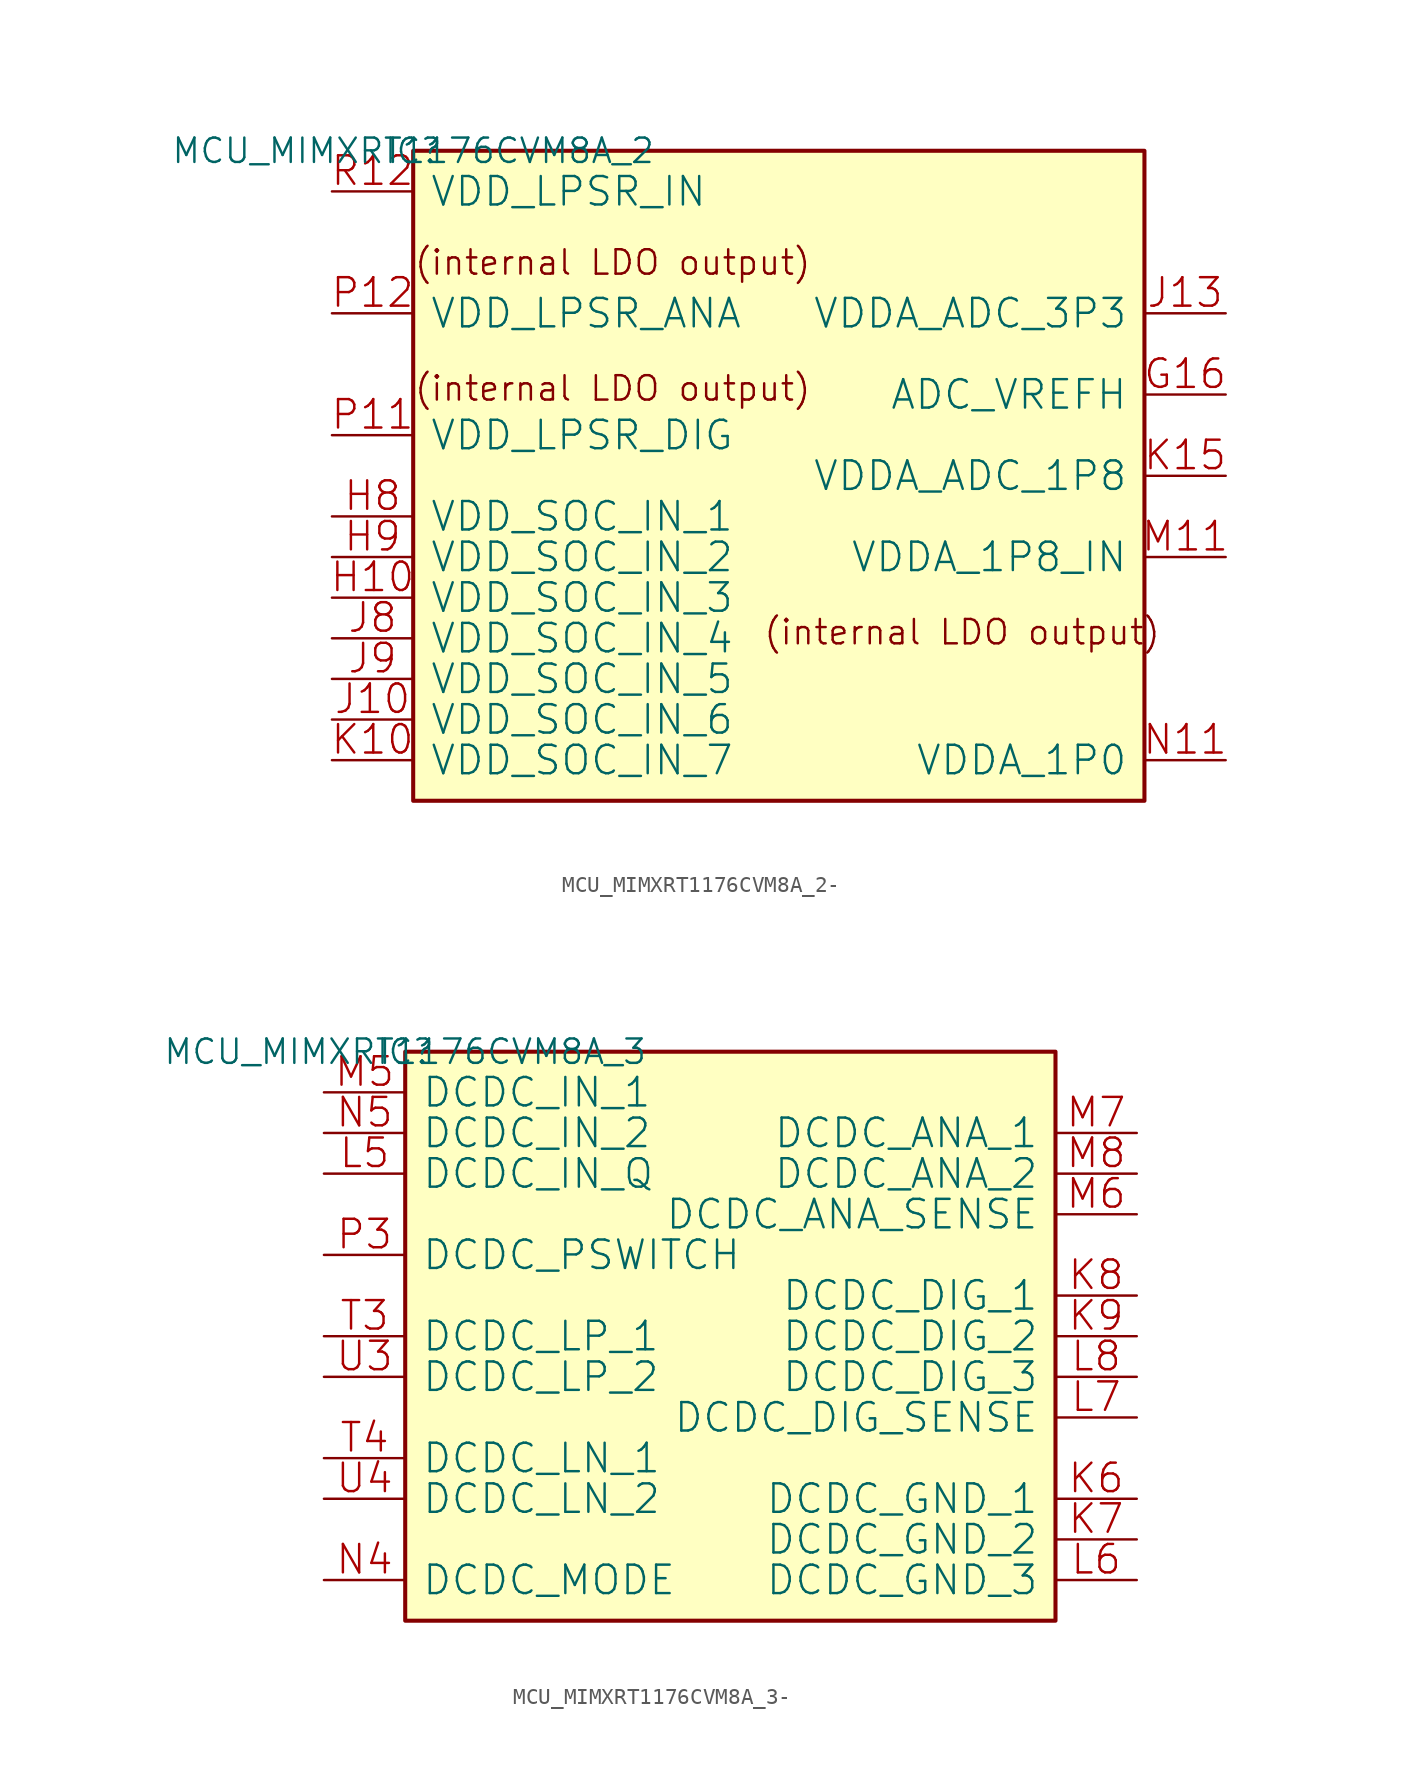
<source format=kicad_sym>
(kicad_symbol_lib
  (version 20231120)
  (generator "kicad_symbol_editor")
  (generator_version "8.0")
  (symbol "MCU_MIMXRT1176CVM8A_2-"
    (pin_names
      (offset 1.016))
    (property "Reference" "IC"
      (at 0 0 0)
      (effects (font (size 1.524 1.524))))
    (property "Value" "MCU_MIMXRT1176CVM8A_2"
      (at 0 0 0)
      (effects (font (size 1.524 1.524))))
    (property "Footprint" ""
      (at 0 0 0)
      (effects (font (size 1.524 1.524))))
    (property "Datasheet" ""
      (at 0 0 0)
      (effects (font (size 1.524 1.524))))
    (symbol "MCU_MIMXRT1176CVM8A_2-_0_1"
      (rectangle (start 0 -40.64) (end 45.72 0) (stroke (width 0.254) (type solid)) (fill (type background)))
      (pin passive line (at 50.8 -15.24 180) (length 5.08) (name "ADC_VREFH" (effects (font (size 1.778 1.778)))) (number "G16" (effects (font (size 1.778 1.778)))))
      (pin passive line (at -5.08 -27.94 0) (length 5.08) (name "VDD_SOC_IN_3" (effects (font (size 1.778 1.778)))) (number "H10" (effects (font (size 1.778 1.778)))))
      (pin passive line (at -5.08 -22.86 0) (length 5.08) (name "VDD_SOC_IN_1" (effects (font (size 1.778 1.778)))) (number "H8" (effects (font (size 1.778 1.778)))))
      (pin passive line (at -5.08 -25.4 0) (length 5.08) (name "VDD_SOC_IN_2" (effects (font (size 1.778 1.778)))) (number "H9" (effects (font (size 1.778 1.778)))))
      (pin passive line (at -5.08 -35.56 0) (length 5.08) (name "VDD_SOC_IN_6" (effects (font (size 1.778 1.778)))) (number "J10" (effects (font (size 1.778 1.778)))))
      (pin power_in line (at 50.8 -10.16 180) (length 5.08) (name "VDDA_ADC_3P3" (effects (font (size 1.778 1.778)))) (number "J13" (effects (font (size 1.778 1.778)))))
      (pin passive line (at -5.08 -30.48 0) (length 5.08) (name "VDD_SOC_IN_4" (effects (font (size 1.778 1.778)))) (number "J8" (effects (font (size 1.778 1.778)))))
      (pin passive line (at -5.08 -33.02 0) (length 5.08) (name "VDD_SOC_IN_5" (effects (font (size 1.778 1.778)))) (number "J9" (effects (font (size 1.778 1.778)))))
      (pin passive line (at -5.08 -38.1 0) (length 5.08) (name "VDD_SOC_IN_7" (effects (font (size 1.778 1.778)))) (number "K10" (effects (font (size 1.778 1.778)))))
      (pin power_in line (at 50.8 -20.32 180) (length 5.08) (name "VDDA_ADC_1P8" (effects (font (size 1.778 1.778)))) (number "K15" (effects (font (size 1.778 1.778)))))
      (pin power_in line (at 50.8 -25.4 180) (length 5.08) (name "VDDA_1P8_IN" (effects (font (size 1.778 1.778)))) (number "M11" (effects (font (size 1.778 1.778)))))
      (pin power_in line (at 50.8 -38.1 180) (length 5.08) (name "VDDA_1P0" (effects (font (size 1.778 1.778)))) (number "N11" (effects (font (size 1.778 1.778)))))
      (pin power_in line (at -5.08 -17.78 0) (length 5.08) (name "VDD_LPSR_DIG" (effects (font (size 1.778 1.778)))) (number "P11" (effects (font (size 1.778 1.778)))))
      (pin power_in line (at -5.08 -10.16 0) (length 5.08) (name "VDD_LPSR_ANA" (effects (font (size 1.778 1.778)))) (number "P12" (effects (font (size 1.778 1.778)))))
      (pin power_in line (at -5.08 -2.54 0) (length 5.08) (name "VDD_LPSR_IN" (effects (font (size 1.778 1.778)))) (number "R12" (effects (font (size 1.778 1.778))))))
    (symbol "MCU_MIMXRT1176CVM8A_2-_1_1"
      (text "(internal LDO output)" (at 0 -15.748 0) (effects (font (size 1.524 1.524)) (justify left bottom)))
      (text "(internal LDO output)" (at 0 -7.874 0) (effects (font (size 1.524 1.524)) (justify left bottom)))
      (text "(internal LDO output)" (at 21.844 -30.988 0) (effects (font (size 1.524 1.524)) (justify left bottom)))))
  (symbol "MCU_MIMXRT1176CVM8A_3-"
    (pin_names
      (offset 1.016))
    (property "Reference" "IC"
      (at 0 0 0)
      (effects (font (size 1.524 1.524))))
    (property "Value" "MCU_MIMXRT1176CVM8A_3"
      (at 0 0 0)
      (effects (font (size 1.524 1.524))))
    (property "Footprint" ""
      (at 0 0 0)
      (effects (font (size 1.524 1.524))))
    (property "Datasheet" ""
      (at 0 0 0)
      (effects (font (size 1.524 1.524))))
    (symbol "MCU_MIMXRT1176CVM8A_3-_0_1"
      (rectangle (start 0 -35.56) (end 40.64 0) (stroke (width 0.254) (type solid)) (fill (type background)))
      (pin power_in line (at 45.72 -27.94 180) (length 5.08) (name "DCDC_GND_1" (effects (font (size 1.778 1.778)))) (number "K6" (effects (font (size 1.778 1.778)))))
      (pin power_in line (at 45.72 -30.48 180) (length 5.08) (name "DCDC_GND_2" (effects (font (size 1.778 1.778)))) (number "K7" (effects (font (size 1.778 1.778)))))
      (pin passive line (at 45.72 -15.24 180) (length 5.08) (name "DCDC_DIG_1" (effects (font (size 1.778 1.778)))) (number "K8" (effects (font (size 1.778 1.778)))))
      (pin passive line (at 45.72 -17.78 180) (length 5.08) (name "DCDC_DIG_2" (effects (font (size 1.778 1.778)))) (number "K9" (effects (font (size 1.778 1.778)))))
      (pin passive line (at -5.08 -7.62 0) (length 5.08) (name "DCDC_IN_Q" (effects (font (size 1.778 1.778)))) (number "L5" (effects (font (size 1.778 1.778)))))
      (pin power_in line (at 45.72 -33.02 180) (length 5.08) (name "DCDC_GND_3" (effects (font (size 1.778 1.778)))) (number "L6" (effects (font (size 1.778 1.778)))))
      (pin passive line (at 45.72 -22.86 180) (length 5.08) (name "DCDC_DIG_SENSE" (effects (font (size 1.778 1.778)))) (number "L7" (effects (font (size 1.778 1.778)))))
      (pin passive line (at 45.72 -20.32 180) (length 5.08) (name "DCDC_DIG_3" (effects (font (size 1.778 1.778)))) (number "L8" (effects (font (size 1.778 1.778)))))
      (pin passive line (at -5.08 -2.54 0) (length 5.08) (name "DCDC_IN_1" (effects (font (size 1.778 1.778)))) (number "M5" (effects (font (size 1.778 1.778)))))
      (pin passive line (at 45.72 -10.16 180) (length 5.08) (name "DCDC_ANA_SENSE" (effects (font (size 1.778 1.778)))) (number "M6" (effects (font (size 1.778 1.778)))))
      (pin passive line (at 45.72 -5.08 180) (length 5.08) (name "DCDC_ANA_1" (effects (font (size 1.778 1.778)))) (number "M7" (effects (font (size 1.778 1.778)))))
      (pin passive line (at 45.72 -7.62 180) (length 5.08) (name "DCDC_ANA_2" (effects (font (size 1.778 1.778)))) (number "M8" (effects (font (size 1.778 1.778)))))
      (pin passive line (at -5.08 -33.02 0) (length 5.08) (name "DCDC_MODE" (effects (font (size 1.778 1.778)))) (number "N4" (effects (font (size 1.778 1.778)))))
      (pin passive line (at -5.08 -5.08 0) (length 5.08) (name "DCDC_IN_2" (effects (font (size 1.778 1.778)))) (number "N5" (effects (font (size 1.778 1.778)))))
      (pin passive line (at -5.08 -12.7 0) (length 5.08) (name "DCDC_PSWITCH" (effects (font (size 1.778 1.778)))) (number "P3" (effects (font (size 1.778 1.778)))))
      (pin passive line (at -5.08 -17.78 0) (length 5.08) (name "DCDC_LP_1" (effects (font (size 1.778 1.778)))) (number "T3" (effects (font (size 1.778 1.778)))))
      (pin passive line (at -5.08 -25.4 0) (length 5.08) (name "DCDC_LN_1" (effects (font (size 1.778 1.778)))) (number "T4" (effects (font (size 1.778 1.778)))))
      (pin passive line (at -5.08 -20.32 0) (length 5.08) (name "DCDC_LP_2" (effects (font (size 1.778 1.778)))) (number "U3" (effects (font (size 1.778 1.778)))))
      (pin passive line (at -5.08 -27.94 0) (length 5.08) (name "DCDC_LN_2" (effects (font (size 1.778 1.778)))) (number "U4" (effects (font (size 1.778 1.778))))))))
</source>
